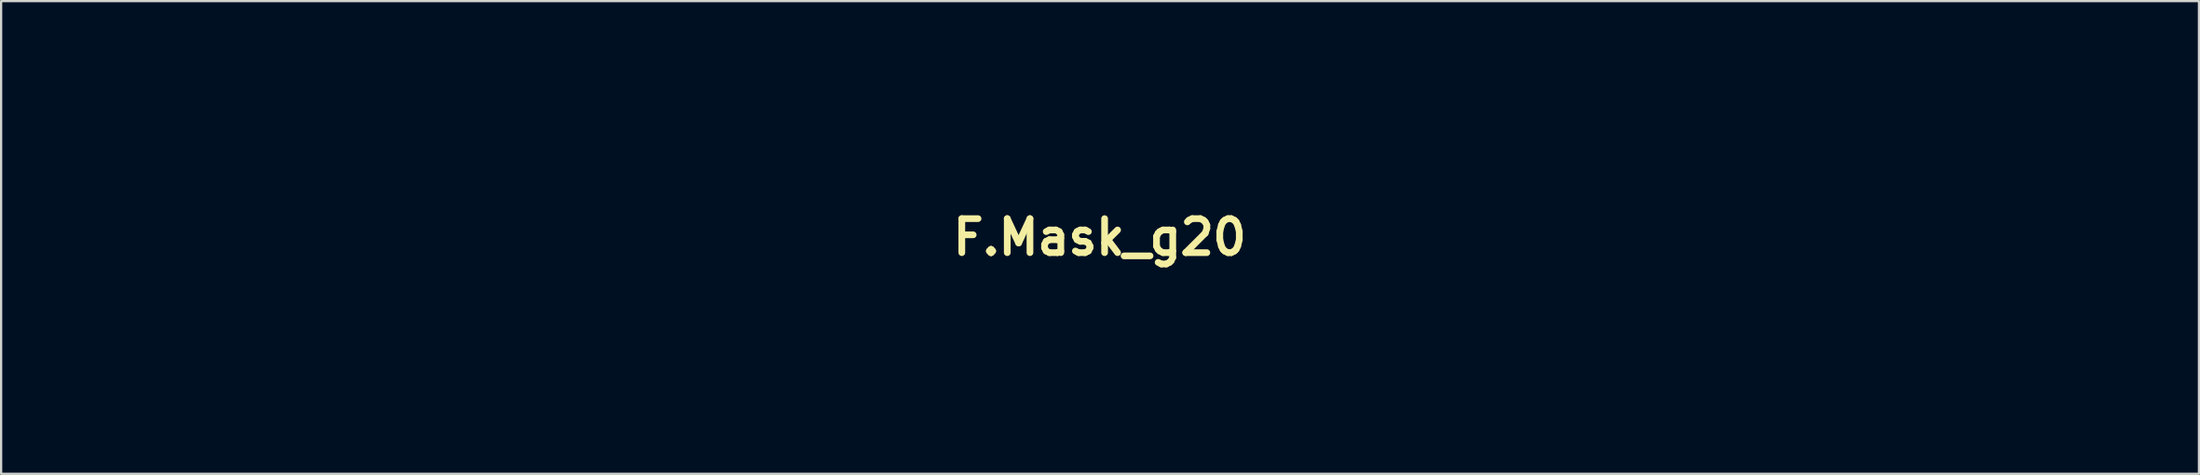
<source format=kicad_pcb>
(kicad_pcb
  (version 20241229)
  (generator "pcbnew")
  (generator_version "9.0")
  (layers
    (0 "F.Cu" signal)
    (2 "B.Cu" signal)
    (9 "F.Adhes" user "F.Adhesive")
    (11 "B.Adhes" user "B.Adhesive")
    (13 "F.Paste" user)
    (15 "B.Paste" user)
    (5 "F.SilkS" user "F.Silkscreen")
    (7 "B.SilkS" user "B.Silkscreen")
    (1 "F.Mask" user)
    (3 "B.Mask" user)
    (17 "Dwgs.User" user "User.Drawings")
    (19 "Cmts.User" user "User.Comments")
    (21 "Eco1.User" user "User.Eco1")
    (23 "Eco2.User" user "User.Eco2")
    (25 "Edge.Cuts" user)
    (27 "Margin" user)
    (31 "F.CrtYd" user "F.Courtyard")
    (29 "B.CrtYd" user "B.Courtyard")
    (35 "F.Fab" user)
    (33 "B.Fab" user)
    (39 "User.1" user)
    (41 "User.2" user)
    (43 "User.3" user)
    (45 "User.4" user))
  (footprint "F.Mask_g20"
    (layer "F.Cu")
    (at 46.138 7.583)
    (property "Reference" "F.Mask_g20" (at 0 0 0) (layer "F.SilkS") (effects (font (size 1.524 1.524) (thickness 0.3))))
    (attr through_hole)
    (fp_poly (pts (xy 33.452 -6.39) (xy 33.602 -6.351) (xy 33.741 -6.282) (xy 33.866 -6.182) (xy 33.968 -6.052) (xy 34.012 -5.972) (xy 34.038 -5.91) (xy 34.055 -5.852) (xy 34.064 -5.786) (xy 34.067 -5.698) (xy 34.068 -5.641) (xy 34.062 -5.499) (xy 34.041 -5.385) (xy 34.001 -5.287) (xy 33.938 -5.194) (xy 33.876 -5.123) (xy 33.758 -5.017) (xy 33.63 -4.946) (xy 33.484 -4.907) (xy 33.36 -4.896) (xy 33.239 -4.897) (xy 33.138 -4.907) (xy 33.09 -4.919) (xy 32.944 -4.987) (xy 32.812 -5.089) (xy 32.701 -5.215) (xy 32.623 -5.357) (xy 32.617 -5.372) (xy 32.585 -5.503) (xy 32.575 -5.651) (xy 32.589 -5.8) (xy 32.624 -5.935) (xy 32.646 -5.986) (xy 32.742 -6.129) (xy 32.86 -6.243) (xy 32.995 -6.325) (xy 33.143 -6.377) (xy 33.297 -6.399) (xy 33.452 -6.39)) (stroke (width 0.01) (type solid)) (fill yes) (layer "F.Mask"))
    (fp_poly (pts (xy 40.941 -3.891) (xy 41.099 -3.85) (xy 41.246 -3.771) (xy 41.373 -3.661) (xy 41.476 -3.522) (xy 41.504 -3.471) (xy 41.531 -3.411) (xy 41.548 -3.357) (xy 41.557 -3.294) (xy 41.56 -3.21) (xy 41.561 -3.143) (xy 41.555 -3.001) (xy 41.534 -2.887) (xy 41.494 -2.79) (xy 41.431 -2.696) (xy 41.369 -2.626) (xy 41.255 -2.522) (xy 41.133 -2.453) (xy 40.994 -2.413) (xy 40.842 -2.398) (xy 40.736 -2.397) (xy 40.657 -2.403) (xy 40.59 -2.418) (xy 40.535 -2.437) (xy 40.419 -2.5) (xy 40.306 -2.593) (xy 40.207 -2.703) (xy 40.132 -2.82) (xy 40.111 -2.868) (xy 40.078 -3.004) (xy 40.068 -3.155) (xy 40.082 -3.306) (xy 40.119 -3.442) (xy 40.139 -3.488) (xy 40.238 -3.636) (xy 40.363 -3.753) (xy 40.511 -3.837) (xy 40.678 -3.886) (xy 40.859 -3.898) (xy 40.941 -3.891)) (stroke (width 0.01) (type solid)) (fill yes) (layer "F.Mask"))
    (fp_poly (pts (xy 43.141 -3.274) (xy 43.278 -3.244) (xy 43.409 -3.185) (xy 43.463 -3.151) (xy 43.587 -3.045) (xy 43.682 -2.914) (xy 43.746 -2.766) (xy 43.779 -2.607) (xy 43.779 -2.443) (xy 43.746 -2.283) (xy 43.678 -2.133) (xy 43.625 -2.057) (xy 43.502 -1.934) (xy 43.356 -1.843) (xy 43.194 -1.787) (xy 43.023 -1.768) (xy 42.902 -1.778) (xy 42.737 -1.827) (xy 42.586 -1.913) (xy 42.456 -2.029) (xy 42.356 -2.171) (xy 42.343 -2.195) (xy 42.313 -2.26) (xy 42.295 -2.316) (xy 42.285 -2.38) (xy 42.282 -2.464) (xy 42.281 -2.519) (xy 42.282 -2.621) (xy 42.289 -2.696) (xy 42.303 -2.756) (xy 42.326 -2.818) (xy 42.336 -2.839) (xy 42.427 -2.99) (xy 42.546 -3.111) (xy 42.677 -3.197) (xy 42.757 -3.236) (xy 42.829 -3.259) (xy 42.911 -3.272) (xy 42.982 -3.277) (xy 43.141 -3.274)) (stroke (width 0.01) (type solid)) (fill yes) (layer "F.Mask"))
    (fp_poly (pts (xy 45.564 -2.425) (xy 45.731 -2.373) (xy 45.79 -2.344) (xy 45.923 -2.251) (xy 46.034 -2.125) (xy 46.102 -2.011) (xy 46.13 -1.944) (xy 46.148 -1.866) (xy 46.158 -1.764) (xy 46.16 -1.725) (xy 46.157 -1.564) (xy 46.129 -1.429) (xy 46.073 -1.308) (xy 45.985 -1.191) (xy 45.971 -1.176) (xy 45.854 -1.067) (xy 45.73 -0.994) (xy 45.59 -0.952) (xy 45.447 -0.938) (xy 45.325 -0.939) (xy 45.224 -0.949) (xy 45.177 -0.961) (xy 45.043 -1.019) (xy 44.924 -1.106) (xy 44.853 -1.176) (xy 44.774 -1.272) (xy 44.72 -1.366) (xy 44.689 -1.468) (xy 44.675 -1.592) (xy 44.672 -1.683) (xy 44.674 -1.787) (xy 44.68 -1.863) (xy 44.692 -1.923) (xy 44.713 -1.98) (xy 44.727 -2.011) (xy 44.818 -2.157) (xy 44.936 -2.275) (xy 45.076 -2.363) (xy 45.23 -2.418) (xy 45.395 -2.44) (xy 45.564 -2.425)) (stroke (width 0.01) (type solid)) (fill yes) (layer "F.Mask"))
    (fp_poly (pts (xy 35.884 -5.575) (xy 35.958 -5.567) (xy 36.021 -5.551) (xy 36.086 -5.523) (xy 36.089 -5.522) (xy 36.24 -5.432) (xy 36.358 -5.319) (xy 36.449 -5.178) (xy 36.453 -5.169) (xy 36.486 -5.1) (xy 36.506 -5.043) (xy 36.517 -4.985) (xy 36.522 -4.911) (xy 36.523 -4.816) (xy 36.522 -4.716) (xy 36.518 -4.646) (xy 36.507 -4.592) (xy 36.487 -4.54) (xy 36.455 -4.478) (xy 36.45 -4.47) (xy 36.347 -4.32) (xy 36.219 -4.204) (xy 36.069 -4.124) (xy 35.898 -4.08) (xy 35.83 -4.073) (xy 35.724 -4.072) (xy 35.626 -4.082) (xy 35.58 -4.092) (xy 35.413 -4.159) (xy 35.272 -4.259) (xy 35.16 -4.385) (xy 35.081 -4.536) (xy 35.036 -4.705) (xy 35.028 -4.826) (xy 35.047 -5.01) (xy 35.103 -5.173) (xy 35.195 -5.314) (xy 35.322 -5.433) (xy 35.474 -5.522) (xy 35.542 -5.55) (xy 35.606 -5.567) (xy 35.681 -5.575) (xy 35.782 -5.577) (xy 35.884 -5.575)) (stroke (width 0.01) (type solid)) (fill yes) (layer "F.Mask"))
    (fp_poly (pts (xy 38.382 -4.751) (xy 38.454 -4.746) (xy 38.511 -4.734) (xy 38.565 -4.714) (xy 38.611 -4.691) (xy 38.76 -4.593) (xy 38.884 -4.462) (xy 38.961 -4.339) (xy 38.989 -4.28) (xy 39.007 -4.227) (xy 39.016 -4.168) (xy 39.02 -4.089) (xy 39.021 -4.011) (xy 39.019 -3.908) (xy 39.014 -3.834) (xy 39.002 -3.776) (xy 38.981 -3.72) (xy 38.964 -3.683) (xy 38.866 -3.53) (xy 38.74 -3.408) (xy 38.588 -3.318) (xy 38.416 -3.263) (xy 38.407 -3.262) (xy 38.337 -3.249) (xy 38.288 -3.243) (xy 38.245 -3.244) (xy 38.19 -3.252) (xy 38.138 -3.26) (xy 38.039 -3.288) (xy 37.929 -3.337) (xy 37.824 -3.398) (xy 37.74 -3.463) (xy 37.718 -3.486) (xy 37.618 -3.63) (xy 37.553 -3.788) (xy 37.524 -3.952) (xy 37.53 -4.118) (xy 37.572 -4.279) (xy 37.648 -4.427) (xy 37.753 -4.551) (xy 37.854 -4.638) (xy 37.948 -4.696) (xy 38.048 -4.732) (xy 38.166 -4.749) (xy 38.28 -4.752) (xy 38.382 -4.751)) (stroke (width 0.01) (type solid)) (fill yes) (layer "F.Mask"))
    (fp_poly (pts (xy 10.107 -5.831) (xy 10.14 -3.545) (xy 10.144 -3.238) (xy 10.149 -2.943) (xy 10.153 -2.663) (xy 10.156 -2.4) (xy 10.16 -2.157) (xy 10.163 -1.938) (xy 10.165 -1.744) (xy 10.168 -1.579) (xy 10.17 -1.445) (xy 10.171 -1.345) (xy 10.172 -1.281) (xy 10.172 -1.257) (xy 10.172 -1.257) (xy 10.152 -1.254) (xy 10.1 -1.249) (xy 10.028 -1.243) (xy 10.017 -1.242) (xy 9.864 -1.23) (xy 9.863 -1.393) (xy 9.863 -1.438) (xy 9.862 -1.522) (xy 9.86 -1.641) (xy 9.858 -1.793) (xy 9.855 -1.975) (xy 9.852 -2.182) (xy 9.849 -2.412) (xy 9.845 -2.662) (xy 9.841 -2.928) (xy 9.837 -3.206) (xy 9.832 -3.494) (xy 9.832 -3.524) (xy 9.827 -3.814) (xy 9.823 -4.094) (xy 9.819 -4.362) (xy 9.815 -4.614) (xy 9.812 -4.848) (xy 9.809 -5.059) (xy 9.806 -5.244) (xy 9.804 -5.401) (xy 9.802 -5.526) (xy 9.801 -5.615) (xy 9.801 -5.666) (xy 9.801 -5.668) (xy 9.8 -5.844) (xy 10.107 -5.831)) (stroke (width 0.01) (type solid)) (fill yes) (layer "F.Mask"))
    (fp_poly (pts (xy -1.926 -5.699) (xy -1.926 -5.619) (xy -1.925 -5.501) (xy -1.923 -5.349) (xy -1.921 -5.167) (xy -1.919 -4.959) (xy -1.916 -4.729) (xy -1.913 -4.482) (xy -1.91 -4.22) (xy -1.906 -3.949) (xy -1.902 -3.673) (xy -1.898 -3.395) (xy -1.894 -3.12) (xy -1.89 -2.852) (xy -1.886 -2.595) (xy -1.883 -2.352) (xy -1.879 -2.129) (xy -1.876 -1.929) (xy -1.873 -1.773) (xy -1.86 -1.079) (xy -2.02 -1.079) (xy -2.11 -1.082) (xy -2.162 -1.09) (xy -2.18 -1.104) (xy -2.181 -1.106) (xy -2.183 -1.274) (xy -2.186 -1.469) (xy -2.19 -1.688) (xy -2.193 -1.927) (xy -2.197 -2.182) (xy -2.201 -2.451) (xy -2.205 -2.73) (xy -2.209 -3.014) (xy -2.213 -3.302) (xy -2.217 -3.588) (xy -2.22 -3.87) (xy -2.224 -4.145) (xy -2.228 -4.408) (xy -2.231 -4.656) (xy -2.234 -4.886) (xy -2.237 -5.094) (xy -2.239 -5.276) (xy -2.241 -5.43) (xy -2.242 -5.551) (xy -2.243 -5.637) (xy -2.243 -5.678) (xy -2.244 -5.99) (xy -1.926 -5.99) (xy -1.926 -5.699)) (stroke (width 0.01) (type solid)) (fill yes) (layer "F.Mask"))
    (fp_poly (pts (xy 2.413 -5.837) (xy 2.414 -5.8) (xy 2.415 -5.724) (xy 2.416 -5.612) (xy 2.418 -5.466) (xy 2.421 -5.291) (xy 2.424 -5.089) (xy 2.427 -4.864) (xy 2.431 -4.617) (xy 2.435 -4.353) (xy 2.439 -4.075) (xy 2.443 -3.785) (xy 2.445 -3.683) (xy 2.449 -3.387) (xy 2.453 -3.1) (xy 2.457 -2.824) (xy 2.461 -2.563) (xy 2.465 -2.321) (xy 2.468 -2.1) (xy 2.47 -1.904) (xy 2.473 -1.736) (xy 2.474 -1.599) (xy 2.475 -1.498) (xy 2.476 -1.434) (xy 2.476 -1.423) (xy 2.477 -1.206) (xy 2.159 -1.206) (xy 2.159 -1.582) (xy 2.159 -1.677) (xy 2.158 -1.81) (xy 2.156 -1.976) (xy 2.154 -2.171) (xy 2.152 -2.39) (xy 2.149 -2.63) (xy 2.146 -2.886) (xy 2.142 -3.153) (xy 2.138 -3.427) (xy 2.135 -3.703) (xy 2.131 -3.977) (xy 2.127 -4.245) (xy 2.123 -4.502) (xy 2.119 -4.744) (xy 2.115 -4.966) (xy 2.112 -5.164) (xy 2.109 -5.333) (xy 2.107 -5.413) (xy 2.096 -5.948) (xy 2.413 -5.948) (xy 2.413 -5.837)) (stroke (width 0.01) (type solid)) (fill yes) (layer "F.Mask"))
    (fp_poly (pts (xy 13.039 -5.604) (xy 13.04 -5.548) (xy 13.041 -5.453) (xy 13.042 -5.323) (xy 13.044 -5.16) (xy 13.047 -4.969) (xy 13.05 -4.753) (xy 13.053 -4.514) (xy 13.057 -4.257) (xy 13.061 -3.985) (xy 13.065 -3.702) (xy 13.07 -3.41) (xy 13.07 -3.376) (xy 13.075 -3.088) (xy 13.079 -2.81) (xy 13.083 -2.547) (xy 13.087 -2.3) (xy 13.09 -2.074) (xy 13.093 -1.871) (xy 13.096 -1.694) (xy 13.098 -1.546) (xy 13.1 -1.431) (xy 13.101 -1.352) (xy 13.102 -1.311) (xy 13.102 -1.307) (xy 13.102 -1.228) (xy 12.785 -1.228) (xy 12.785 -1.58) (xy 12.784 -1.673) (xy 12.783 -1.803) (xy 12.782 -1.967) (xy 12.78 -2.16) (xy 12.777 -2.377) (xy 12.774 -2.614) (xy 12.771 -2.867) (xy 12.767 -3.13) (xy 12.763 -3.4) (xy 12.76 -3.672) (xy 12.756 -3.942) (xy 12.752 -4.204) (xy 12.748 -4.455) (xy 12.744 -4.691) (xy 12.74 -4.905) (xy 12.736 -5.095) (xy 12.733 -5.256) (xy 12.732 -5.308) (xy 12.721 -5.842) (xy 13.039 -5.842) (xy 13.039 -5.604)) (stroke (width 0.01) (type solid)) (fill yes) (layer "F.Mask"))
    (fp_poly (pts (xy 7.451 -5.487) (xy 7.452 -5.413) (xy 7.453 -5.3) (xy 7.454 -5.153) (xy 7.456 -4.974) (xy 7.459 -4.767) (xy 7.462 -4.537) (xy 7.466 -4.287) (xy 7.469 -4.021) (xy 7.473 -3.743) (xy 7.478 -3.455) (xy 7.481 -3.196) (xy 7.486 -2.914) (xy 7.49 -2.644) (xy 7.493 -2.389) (xy 7.497 -2.153) (xy 7.5 -1.937) (xy 7.502 -1.746) (xy 7.504 -1.582) (xy 7.506 -1.449) (xy 7.507 -1.348) (xy 7.508 -1.283) (xy 7.507 -1.258) (xy 7.507 -1.257) (xy 7.486 -1.254) (xy 7.433 -1.249) (xy 7.36 -1.243) (xy 7.35 -1.242) (xy 7.197 -1.23) (xy 7.197 -1.52) (xy 7.196 -1.601) (xy 7.195 -1.72) (xy 7.194 -1.873) (xy 7.191 -2.056) (xy 7.189 -2.264) (xy 7.186 -2.493) (xy 7.182 -2.738) (xy 7.179 -2.996) (xy 7.175 -3.263) (xy 7.171 -3.533) (xy 7.167 -3.803) (xy 7.163 -4.068) (xy 7.159 -4.325) (xy 7.154 -4.568) (xy 7.151 -4.794) (xy 7.147 -4.998) (xy 7.143 -5.177) (xy 7.143 -5.191) (xy 7.13 -5.842) (xy 7.451 -5.842) (xy 7.451 -5.487)) (stroke (width 0.01) (type solid)) (fill yes) (layer "F.Mask"))
    (fp_poly (pts (xy -18.669 -5.772) (xy -18.669 -5.687) (xy -18.668 -5.563) (xy -18.666 -5.405) (xy -18.664 -5.218) (xy -18.662 -5.004) (xy -18.659 -4.768) (xy -18.656 -4.514) (xy -18.653 -4.247) (xy -18.65 -3.97) (xy -18.646 -3.688) (xy -18.642 -3.404) (xy -18.638 -3.123) (xy -18.634 -2.848) (xy -18.631 -2.584) (xy -18.627 -2.336) (xy -18.623 -2.106) (xy -18.62 -1.899) (xy -18.617 -1.719) (xy -18.616 -1.656) (xy -18.603 -0.974) (xy -18.92 -0.974) (xy -18.931 -1.064) (xy -18.933 -1.096) (xy -18.935 -1.169) (xy -18.937 -1.278) (xy -18.94 -1.421) (xy -18.942 -1.595) (xy -18.945 -1.797) (xy -18.948 -2.024) (xy -18.952 -2.275) (xy -18.955 -2.545) (xy -18.958 -2.831) (xy -18.961 -3.132) (xy -18.964 -3.445) (xy -18.965 -3.514) (xy -18.968 -3.829) (xy -18.971 -4.133) (xy -18.974 -4.424) (xy -18.977 -4.7) (xy -18.981 -4.956) (xy -18.984 -5.19) (xy -18.986 -5.4) (xy -18.989 -5.583) (xy -18.992 -5.735) (xy -18.994 -5.854) (xy -18.996 -5.937) (xy -18.997 -5.981) (xy -18.998 -5.985) (xy -19.008 -6.096) (xy -18.669 -6.096) (xy -18.669 -5.772)) (stroke (width 0.01) (type solid)) (fill yes) (layer "F.Mask"))
    (fp_poly (pts (xy -4.022 -5.572) (xy -4.021 -5.475) (xy -4.021 -5.34) (xy -4.019 -5.171) (xy -4.017 -4.973) (xy -4.015 -4.75) (xy -4.012 -4.507) (xy -4.009 -4.247) (xy -4.006 -3.976) (xy -4.002 -3.697) (xy -3.998 -3.416) (xy -3.995 -3.135) (xy -3.991 -2.86) (xy -3.987 -2.596) (xy -3.983 -2.345) (xy -3.98 -2.114) (xy -3.976 -1.905) (xy -3.973 -1.725) (xy -3.97 -1.582) (xy -3.96 -1.079) (xy -4.118 -1.079) (xy -4.194 -1.08) (xy -4.25 -1.082) (xy -4.276 -1.084) (xy -4.277 -1.085) (xy -4.278 -1.108) (xy -4.279 -1.17) (xy -4.281 -1.267) (xy -4.284 -1.396) (xy -4.286 -1.555) (xy -4.289 -1.738) (xy -4.292 -1.944) (xy -4.295 -2.168) (xy -4.299 -2.407) (xy -4.303 -2.658) (xy -4.306 -2.917) (xy -4.31 -3.181) (xy -4.314 -3.447) (xy -4.317 -3.711) (xy -4.321 -3.97) (xy -4.324 -4.22) (xy -4.327 -4.458) (xy -4.33 -4.681) (xy -4.332 -4.885) (xy -4.334 -5.066) (xy -4.336 -5.222) (xy -4.337 -5.349) (xy -4.338 -5.443) (xy -4.338 -5.487) (xy -4.339 -5.99) (xy -4.022 -5.99) (xy -4.022 -5.572)) (stroke (width 0.01) (type solid)) (fill yes) (layer "F.Mask"))
    (fp_poly (pts (xy 19.312 -5.159) (xy 19.316 -4.972) (xy 19.321 -4.763) (xy 19.325 -4.538) (xy 19.329 -4.298) (xy 19.334 -4.048) (xy 19.338 -3.792) (xy 19.342 -3.532) (xy 19.346 -3.272) (xy 19.349 -3.016) (xy 19.352 -2.767) (xy 19.355 -2.529) (xy 19.358 -2.305) (xy 19.36 -2.098) (xy 19.361 -1.913) (xy 19.362 -1.753) (xy 19.363 -1.621) (xy 19.362 -1.521) (xy 19.362 -1.456) (xy 19.36 -1.429) (xy 19.36 -1.429) (xy 19.341 -1.411) (xy 19.297 -1.4) (xy 19.22 -1.397) (xy 19.209 -1.397) (xy 19.071 -1.397) (xy 19.071 -1.55) (xy 19.07 -1.595) (xy 19.069 -1.678) (xy 19.068 -1.796) (xy 19.065 -1.947) (xy 19.063 -2.127) (xy 19.059 -2.332) (xy 19.056 -2.559) (xy 19.052 -2.806) (xy 19.048 -3.067) (xy 19.043 -3.341) (xy 19.039 -3.567) (xy 19.035 -3.847) (xy 19.03 -4.118) (xy 19.026 -4.377) (xy 19.022 -4.618) (xy 19.019 -4.841) (xy 19.016 -5.04) (xy 19.013 -5.213) (xy 19.011 -5.356) (xy 19.009 -5.467) (xy 19.008 -5.541) (xy 19.008 -5.572) (xy 19.008 -5.715) (xy 19.299 -5.715) (xy 19.312 -5.159)) (stroke (width 0.01) (type solid)) (fill yes) (layer "F.Mask"))
    (fp_poly (pts (xy -12.592 -5.99) (xy -12.536 -5.988) (xy -12.509 -5.985) (xy -12.509 -5.985) (xy -12.508 -5.961) (xy -12.507 -5.899) (xy -12.505 -5.801) (xy -12.503 -5.67) (xy -12.5 -5.511) (xy -12.497 -5.326) (xy -12.494 -5.12) (xy -12.491 -4.894) (xy -12.488 -4.654) (xy -12.484 -4.401) (xy -12.48 -4.14) (xy -12.477 -3.874) (xy -12.473 -3.606) (xy -12.469 -3.339) (xy -12.466 -3.077) (xy -12.462 -2.824) (xy -12.459 -2.583) (xy -12.456 -2.356) (xy -12.454 -2.148) (xy -12.451 -1.962) (xy -12.45 -1.802) (xy -12.448 -1.669) (xy -12.447 -1.569) (xy -12.447 -1.504) (xy -12.447 -1.498) (xy -12.446 -1.079) (xy -12.764 -1.079) (xy -12.763 -1.445) (xy -12.764 -1.537) (xy -12.765 -1.667) (xy -12.766 -1.832) (xy -12.768 -2.025) (xy -12.771 -2.244) (xy -12.773 -2.484) (xy -12.777 -2.74) (xy -12.78 -3.008) (xy -12.784 -3.285) (xy -12.787 -3.565) (xy -12.791 -3.844) (xy -12.795 -4.119) (xy -12.799 -4.384) (xy -12.803 -4.635) (xy -12.807 -4.869) (xy -12.81 -5.081) (xy -12.813 -5.267) (xy -12.816 -5.403) (xy -12.828 -5.99) (xy -12.669 -5.99) (xy -12.592 -5.99)) (stroke (width 0.01) (type solid)) (fill yes) (layer "F.Mask"))
    (fp_poly (pts (xy -6.008 -5.99) (xy -5.952 -5.988) (xy -5.926 -5.985) (xy -5.925 -5.985) (xy -5.924 -5.962) (xy -5.923 -5.901) (xy -5.921 -5.803) (xy -5.918 -5.674) (xy -5.916 -5.516) (xy -5.913 -5.333) (xy -5.91 -5.128) (xy -5.906 -4.904) (xy -5.903 -4.666) (xy -5.899 -4.415) (xy -5.896 -4.156) (xy -5.892 -3.893) (xy -5.888 -3.628) (xy -5.885 -3.365) (xy -5.881 -3.107) (xy -5.878 -2.858) (xy -5.875 -2.621) (xy -5.873 -2.4) (xy -5.87 -2.198) (xy -5.868 -2.018) (xy -5.866 -1.863) (xy -5.865 -1.738) (xy -5.865 -1.646) (xy -5.864 -1.614) (xy -5.863 -1.079) (xy -6.181 -1.079) (xy -6.181 -1.508) (xy -6.181 -1.609) (xy -6.182 -1.747) (xy -6.183 -1.919) (xy -6.185 -2.121) (xy -6.188 -2.346) (xy -6.19 -2.592) (xy -6.193 -2.854) (xy -6.197 -3.126) (xy -6.2 -3.406) (xy -6.204 -3.688) (xy -6.208 -3.968) (xy -6.211 -4.242) (xy -6.215 -4.505) (xy -6.219 -4.752) (xy -6.222 -4.98) (xy -6.226 -5.184) (xy -6.229 -5.359) (xy -6.232 -5.501) (xy -6.232 -5.519) (xy -6.242 -5.99) (xy -6.084 -5.99) (xy -6.008 -5.99)) (stroke (width 0.01) (type solid)) (fill yes) (layer "F.Mask"))
    (fp_poly (pts (xy 26.331 -5.403) (xy 26.332 -5.308) (xy 26.333 -5.176) (xy 26.334 -5.011) (xy 26.336 -4.818) (xy 26.339 -4.601) (xy 26.342 -4.366) (xy 26.345 -4.116) (xy 26.349 -3.857) (xy 26.353 -3.594) (xy 26.357 -3.33) (xy 26.361 -3.071) (xy 26.365 -2.821) (xy 26.369 -2.586) (xy 26.372 -2.369) (xy 26.376 -2.176) (xy 26.379 -2.012) (xy 26.382 -1.88) (xy 26.382 -1.868) (xy 26.392 -1.46) (xy 26.246 -1.46) (xy 26.168 -1.462) (xy 26.123 -1.467) (xy 26.101 -1.48) (xy 26.091 -1.503) (xy 26.09 -1.508) (xy 26.088 -1.536) (xy 26.086 -1.603) (xy 26.084 -1.706) (xy 26.081 -1.843) (xy 26.078 -2.009) (xy 26.075 -2.203) (xy 26.071 -2.42) (xy 26.068 -2.659) (xy 26.065 -2.915) (xy 26.061 -3.187) (xy 26.058 -3.47) (xy 26.057 -3.503) (xy 26.054 -3.791) (xy 26.05 -4.069) (xy 26.047 -4.335) (xy 26.043 -4.584) (xy 26.039 -4.815) (xy 26.036 -5.024) (xy 26.033 -5.206) (xy 26.03 -5.36) (xy 26.027 -5.481) (xy 26.025 -5.567) (xy 26.023 -5.613) (xy 26.023 -5.614) (xy 26.011 -5.779) (xy 26.331 -5.779) (xy 26.331 -5.403)) (stroke (width 0.01) (type solid)) (fill yes) (layer "F.Mask"))
    (fp_poly (pts (xy -13.878 -5.858) (xy -13.876 -5.805) (xy -13.874 -5.714) (xy -13.871 -5.588) (xy -13.868 -5.43) (xy -13.865 -5.244) (xy -13.862 -5.034) (xy -13.859 -4.804) (xy -13.855 -4.556) (xy -13.852 -4.295) (xy -13.848 -4.023) (xy -13.845 -3.746) (xy -13.841 -3.466) (xy -13.838 -3.187) (xy -13.835 -2.912) (xy -13.832 -2.646) (xy -13.83 -2.391) (xy -13.827 -2.152) (xy -13.825 -1.931) (xy -13.824 -1.734) (xy -13.822 -1.562) (xy -13.822 -1.42) (xy -13.821 -1.312) (xy -13.821 -1.307) (xy -13.822 -0.974) (xy -14.139 -0.974) (xy -14.14 -1.254) (xy -14.14 -1.314) (xy -14.141 -1.413) (xy -14.143 -1.548) (xy -14.144 -1.716) (xy -14.147 -1.913) (xy -14.15 -2.136) (xy -14.153 -2.381) (xy -14.156 -2.647) (xy -14.16 -2.928) (xy -14.164 -3.222) (xy -14.168 -3.527) (xy -14.171 -3.747) (xy -14.175 -4.05) (xy -14.179 -4.343) (xy -14.183 -4.622) (xy -14.187 -4.884) (xy -14.19 -5.126) (xy -14.193 -5.346) (xy -14.196 -5.54) (xy -14.198 -5.706) (xy -14.2 -5.841) (xy -14.201 -5.941) (xy -14.202 -6.005) (xy -14.202 -6.027) (xy -14.203 -6.096) (xy -13.89 -6.096) (xy -13.878 -5.858)) (stroke (width 0.01) (type solid)) (fill yes) (layer "F.Mask"))
    (fp_poly (pts (xy -9.565 -5.99) (xy -9.509 -5.988) (xy -9.482 -5.985) (xy -9.482 -5.985) (xy -9.481 -5.962) (xy -9.479 -5.899) (xy -9.478 -5.801) (xy -9.476 -5.671) (xy -9.473 -5.513) (xy -9.47 -5.328) (xy -9.467 -5.122) (xy -9.464 -4.897) (xy -9.46 -4.657) (xy -9.457 -4.405) (xy -9.453 -4.144) (xy -9.449 -3.878) (xy -9.446 -3.611) (xy -9.442 -3.345) (xy -9.439 -3.084) (xy -9.435 -2.832) (xy -9.432 -2.591) (xy -9.429 -2.366) (xy -9.427 -2.159) (xy -9.424 -1.974) (xy -9.423 -1.814) (xy -9.421 -1.683) (xy -9.42 -1.584) (xy -9.42 -1.521) (xy -9.42 -1.519) (xy -9.419 -1.079) (xy -9.737 -1.079) (xy -9.737 -1.454) (xy -9.737 -1.548) (xy -9.738 -1.68) (xy -9.739 -1.846) (xy -9.741 -2.042) (xy -9.744 -2.262) (xy -9.747 -2.503) (xy -9.75 -2.76) (xy -9.753 -3.029) (xy -9.757 -3.306) (xy -9.76 -3.586) (xy -9.764 -3.866) (xy -9.768 -4.139) (xy -9.772 -4.404) (xy -9.776 -4.654) (xy -9.779 -4.885) (xy -9.783 -5.094) (xy -9.786 -5.276) (xy -9.789 -5.427) (xy -9.789 -5.435) (xy -9.8 -5.99) (xy -9.641 -5.99) (xy -9.565 -5.99)) (stroke (width 0.01) (type solid)) (fill yes) (layer "F.Mask"))
    (fp_poly (pts (xy -7.683 -5.71) (xy -7.683 -5.649) (xy -7.682 -5.549) (xy -7.68 -5.413) (xy -7.678 -5.245) (xy -7.676 -5.048) (xy -7.673 -4.826) (xy -7.67 -4.582) (xy -7.666 -4.318) (xy -7.662 -4.039) (xy -7.658 -3.748) (xy -7.654 -3.449) (xy -7.652 -3.313) (xy -7.647 -3.016) (xy -7.643 -2.73) (xy -7.639 -2.459) (xy -7.636 -2.204) (xy -7.632 -1.97) (xy -7.629 -1.759) (xy -7.627 -1.573) (xy -7.624 -1.417) (xy -7.623 -1.292) (xy -7.621 -1.202) (xy -7.621 -1.15) (xy -7.62 -1.138) (xy -7.62 -1.079) (xy -7.938 -1.079) (xy -7.938 -1.148) (xy -7.938 -1.179) (xy -7.939 -1.249) (xy -7.941 -1.355) (xy -7.943 -1.495) (xy -7.945 -1.665) (xy -7.948 -1.863) (xy -7.951 -2.085) (xy -7.955 -2.329) (xy -7.958 -2.592) (xy -7.963 -2.87) (xy -7.967 -3.161) (xy -7.969 -3.334) (xy -7.974 -3.636) (xy -7.978 -3.931) (xy -7.982 -4.215) (xy -7.986 -4.485) (xy -7.989 -4.737) (xy -7.992 -4.969) (xy -7.995 -5.176) (xy -7.997 -5.356) (xy -7.999 -5.506) (xy -8 -5.621) (xy -8 -5.698) (xy -8.001 -5.72) (xy -8.001 -5.99) (xy -7.684 -5.99) (xy -7.683 -5.71)) (stroke (width 0.01) (type solid)) (fill yes) (layer "F.Mask"))
    (fp_poly (pts (xy 0.212 -5.879) (xy 0.212 -5.843) (xy 0.213 -5.767) (xy 0.215 -5.655) (xy 0.217 -5.509) (xy 0.219 -5.334) (xy 0.222 -5.131) (xy 0.225 -4.904) (xy 0.229 -4.657) (xy 0.233 -4.391) (xy 0.237 -4.11) (xy 0.241 -3.817) (xy 0.243 -3.651) (xy 0.248 -3.35) (xy 0.252 -3.057) (xy 0.256 -2.776) (xy 0.26 -2.509) (xy 0.263 -2.26) (xy 0.266 -2.033) (xy 0.269 -1.83) (xy 0.271 -1.654) (xy 0.273 -1.51) (xy 0.274 -1.4) (xy 0.275 -1.328) (xy 0.275 -1.307) (xy 0.275 -1.079) (xy -0.042 -1.079) (xy -0.043 -1.318) (xy -0.043 -1.372) (xy -0.044 -1.466) (xy -0.046 -1.596) (xy -0.048 -1.758) (xy -0.05 -1.95) (xy -0.053 -2.167) (xy -0.056 -2.407) (xy -0.06 -2.667) (xy -0.064 -2.942) (xy -0.068 -3.231) (xy -0.072 -3.529) (xy -0.074 -3.672) (xy -0.078 -3.97) (xy -0.083 -4.258) (xy -0.087 -4.532) (xy -0.09 -4.789) (xy -0.094 -5.027) (xy -0.097 -5.242) (xy -0.099 -5.432) (xy -0.102 -5.593) (xy -0.103 -5.723) (xy -0.105 -5.818) (xy -0.105 -5.875) (xy -0.105 -5.89) (xy -0.106 -5.99) (xy 0.212 -5.99) (xy 0.212 -5.879)) (stroke (width 0.01) (type solid)) (fill yes) (layer "F.Mask"))
    (fp_poly (pts (xy 16.066 -5.678) (xy 16.066 -5.642) (xy 16.067 -5.567) (xy 16.069 -5.457) (xy 16.071 -5.313) (xy 16.074 -5.14) (xy 16.077 -4.94) (xy 16.08 -4.718) (xy 16.084 -4.475) (xy 16.088 -4.215) (xy 16.093 -3.942) (xy 16.097 -3.662) (xy 16.102 -3.375) (xy 16.106 -3.096) (xy 16.11 -2.828) (xy 16.114 -2.576) (xy 16.118 -2.341) (xy 16.121 -2.129) (xy 16.123 -1.942) (xy 16.126 -1.783) (xy 16.127 -1.657) (xy 16.128 -1.567) (xy 16.128 -1.519) (xy 16.129 -1.291) (xy 15.981 -1.291) (xy 15.908 -1.292) (xy 15.854 -1.294) (xy 15.832 -1.296) (xy 15.831 -1.296) (xy 15.831 -1.32) (xy 15.829 -1.382) (xy 15.827 -1.479) (xy 15.825 -1.608) (xy 15.822 -1.765) (xy 15.819 -1.947) (xy 15.816 -2.149) (xy 15.812 -2.369) (xy 15.808 -2.604) (xy 15.805 -2.848) (xy 15.801 -3.099) (xy 15.797 -3.354) (xy 15.793 -3.608) (xy 15.789 -3.859) (xy 15.786 -4.102) (xy 15.783 -4.335) (xy 15.78 -4.553) (xy 15.777 -4.752) (xy 15.775 -4.931) (xy 15.773 -5.084) (xy 15.771 -5.209) (xy 15.77 -5.301) (xy 15.77 -5.35) (xy 15.769 -5.779) (xy 16.066 -5.779) (xy 16.066 -5.678)) (stroke (width 0.01) (type solid)) (fill yes) (layer "F.Mask"))
    (fp_poly (pts (xy -15.091 -5.773) (xy -15.091 -5.723) (xy -15.09 -5.634) (xy -15.089 -5.51) (xy -15.087 -5.353) (xy -15.085 -5.169) (xy -15.082 -4.959) (xy -15.079 -4.729) (xy -15.076 -4.48) (xy -15.073 -4.217) (xy -15.069 -3.944) (xy -15.066 -3.663) (xy -15.062 -3.378) (xy -15.058 -3.093) (xy -15.054 -2.811) (xy -15.051 -2.535) (xy -15.047 -2.27) (xy -15.044 -2.018) (xy -15.04 -1.784) (xy -15.037 -1.57) (xy -15.035 -1.381) (xy -15.032 -1.219) (xy -15.03 -1.088) (xy -15.029 -1) (xy -15.044 -0.985) (xy -15.091 -0.977) (xy -15.177 -0.974) (xy -15.185 -0.974) (xy -15.342 -0.974) (xy -15.354 -1.127) (xy -15.355 -1.168) (xy -15.357 -1.247) (xy -15.36 -1.362) (xy -15.362 -1.509) (xy -15.365 -1.684) (xy -15.368 -1.884) (xy -15.372 -2.106) (xy -15.375 -2.346) (xy -15.378 -2.601) (xy -15.382 -2.867) (xy -15.385 -3.141) (xy -15.389 -3.419) (xy -15.392 -3.697) (xy -15.395 -3.974) (xy -15.398 -4.244) (xy -15.401 -4.505) (xy -15.403 -4.752) (xy -15.405 -4.984) (xy -15.407 -5.195) (xy -15.408 -5.383) (xy -15.409 -5.545) (xy -15.41 -5.676) (xy -15.41 -5.741) (xy -15.409 -6.096) (xy -15.092 -6.096) (xy -15.091 -5.773)) (stroke (width 0.01) (type solid)) (fill yes) (layer "F.Mask"))
    (fp_poly (pts (xy 4.777 -5.903) (xy 4.829 -5.895) (xy 4.847 -5.881) (xy 4.848 -5.879) (xy 4.85 -5.737) (xy 4.853 -5.566) (xy 4.856 -5.368) (xy 4.859 -5.148) (xy 4.863 -4.909) (xy 4.867 -4.655) (xy 4.871 -4.389) (xy 4.875 -4.115) (xy 4.879 -3.837) (xy 4.883 -3.558) (xy 4.886 -3.282) (xy 4.89 -3.012) (xy 4.894 -2.752) (xy 4.897 -2.506) (xy 4.9 -2.277) (xy 4.903 -2.069) (xy 4.906 -1.885) (xy 4.907 -1.729) (xy 4.909 -1.605) (xy 4.91 -1.516) (xy 4.91 -1.466) (xy 4.911 -1.164) (xy 4.762 -1.164) (xy 4.67 -1.168) (xy 4.618 -1.179) (xy 4.605 -1.191) (xy 4.604 -1.215) (xy 4.602 -1.279) (xy 4.6 -1.379) (xy 4.597 -1.514) (xy 4.595 -1.679) (xy 4.592 -1.872) (xy 4.589 -2.09) (xy 4.586 -2.331) (xy 4.582 -2.59) (xy 4.579 -2.867) (xy 4.576 -3.157) (xy 4.574 -3.355) (xy 4.57 -3.657) (xy 4.567 -3.951) (xy 4.563 -4.232) (xy 4.56 -4.499) (xy 4.556 -4.747) (xy 4.553 -4.974) (xy 4.55 -5.177) (xy 4.547 -5.351) (xy 4.544 -5.495) (xy 4.541 -5.604) (xy 4.539 -5.677) (xy 4.538 -5.699) (xy 4.526 -5.905) (xy 4.687 -5.905) (xy 4.777 -5.903)) (stroke (width 0.01) (type solid)) (fill yes) (layer "F.Mask"))
    (fp_poly (pts (xy 22.691 -5.551) (xy 22.691 -5.499) (xy 22.692 -5.409) (xy 22.694 -5.283) (xy 22.696 -5.125) (xy 22.699 -4.938) (xy 22.702 -4.725) (xy 22.706 -4.491) (xy 22.709 -4.238) (xy 22.714 -3.971) (xy 22.718 -3.691) (xy 22.723 -3.41) (xy 22.727 -3.127) (xy 22.731 -2.857) (xy 22.735 -2.603) (xy 22.739 -2.366) (xy 22.742 -2.151) (xy 22.744 -1.96) (xy 22.747 -1.796) (xy 22.748 -1.662) (xy 22.749 -1.561) (xy 22.749 -1.496) (xy 22.749 -1.471) (xy 22.749 -1.47) (xy 22.727 -1.466) (xy 22.677 -1.461) (xy 22.612 -1.455) (xy 22.545 -1.449) (xy 22.49 -1.446) (xy 22.46 -1.445) (xy 22.457 -1.445) (xy 22.456 -1.469) (xy 22.455 -1.532) (xy 22.453 -1.63) (xy 22.451 -1.759) (xy 22.448 -1.916) (xy 22.445 -2.098) (xy 22.441 -2.3) (xy 22.438 -2.519) (xy 22.434 -2.752) (xy 22.43 -2.995) (xy 22.426 -3.244) (xy 22.422 -3.495) (xy 22.418 -3.746) (xy 22.414 -3.992) (xy 22.411 -4.231) (xy 22.408 -4.457) (xy 22.404 -4.668) (xy 22.402 -4.86) (xy 22.399 -5.03) (xy 22.397 -5.173) (xy 22.396 -5.287) (xy 22.395 -5.368) (xy 22.395 -5.403) (xy 22.394 -5.757) (xy 22.691 -5.757) (xy 22.691 -5.551)) (stroke (width 0.01) (type solid)) (fill yes) (layer "F.Mask"))
    (fp_poly (pts (xy -17.547 -5.868) (xy -17.546 -5.816) (xy -17.545 -5.724) (xy -17.544 -5.596) (xy -17.542 -5.436) (xy -17.54 -5.246) (xy -17.537 -5.029) (xy -17.534 -4.788) (xy -17.53 -4.528) (xy -17.527 -4.25) (xy -17.523 -3.959) (xy -17.519 -3.657) (xy -17.515 -3.418) (xy -17.511 -3.113) (xy -17.507 -2.818) (xy -17.503 -2.536) (xy -17.5 -2.27) (xy -17.496 -2.023) (xy -17.493 -1.799) (xy -17.491 -1.6) (xy -17.488 -1.429) (xy -17.487 -1.288) (xy -17.485 -1.182) (xy -17.484 -1.112) (xy -17.484 -1.085) (xy -17.484 -0.974) (xy -17.642 -0.974) (xy -17.719 -0.974) (xy -17.775 -0.976) (xy -17.802 -0.978) (xy -17.803 -0.979) (xy -17.804 -1.002) (xy -17.805 -1.063) (xy -17.807 -1.161) (xy -17.809 -1.291) (xy -17.811 -1.449) (xy -17.814 -1.634) (xy -17.817 -1.841) (xy -17.82 -2.067) (xy -17.824 -2.308) (xy -17.827 -2.562) (xy -17.831 -2.826) (xy -17.834 -3.095) (xy -17.838 -3.366) (xy -17.841 -3.636) (xy -17.845 -3.903) (xy -17.848 -4.162) (xy -17.851 -4.409) (xy -17.854 -4.643) (xy -17.857 -4.859) (xy -17.859 -5.055) (xy -17.861 -5.226) (xy -17.862 -5.37) (xy -17.863 -5.483) (xy -17.864 -5.562) (xy -17.864 -5.572) (xy -17.865 -6.096) (xy -17.547 -6.096) (xy -17.547 -5.868)) (stroke (width 0.01) (type solid)) (fill yes) (layer "F.Mask"))
    (fp_poly (pts (xy -16.402 -6.095) (xy -16.346 -6.094) (xy -16.32 -6.091) (xy -16.319 -6.091) (xy -16.318 -6.067) (xy -16.317 -6.004) (xy -16.315 -5.905) (xy -16.313 -5.774) (xy -16.311 -5.613) (xy -16.308 -5.427) (xy -16.305 -5.218) (xy -16.302 -4.99) (xy -16.299 -4.746) (xy -16.295 -4.49) (xy -16.292 -4.224) (xy -16.288 -3.952) (xy -16.284 -3.677) (xy -16.281 -3.403) (xy -16.277 -3.133) (xy -16.274 -2.87) (xy -16.271 -2.617) (xy -16.268 -2.378) (xy -16.265 -2.156) (xy -16.263 -1.954) (xy -16.261 -1.776) (xy -16.259 -1.625) (xy -16.258 -1.504) (xy -16.257 -1.417) (xy -16.257 -1.371) (xy -16.256 -0.974) (xy -16.573 -0.974) (xy -16.574 -1.117) (xy -16.574 -1.157) (xy -16.575 -1.237) (xy -16.577 -1.353) (xy -16.579 -1.503) (xy -16.581 -1.683) (xy -16.584 -1.89) (xy -16.587 -2.121) (xy -16.59 -2.374) (xy -16.594 -2.645) (xy -16.598 -2.931) (xy -16.602 -3.23) (xy -16.605 -3.482) (xy -16.61 -3.79) (xy -16.614 -4.088) (xy -16.617 -4.375) (xy -16.621 -4.647) (xy -16.624 -4.9) (xy -16.627 -5.132) (xy -16.63 -5.34) (xy -16.632 -5.521) (xy -16.634 -5.67) (xy -16.636 -5.786) (xy -16.636 -5.866) (xy -16.637 -5.9) (xy -16.637 -6.096) (xy -16.478 -6.096) (xy -16.402 -6.095)) (stroke (width 0.01) (type solid)) (fill yes) (layer "F.Mask"))
    (fp_poly (pts (xy -10.964 -5.689) (xy -10.964 -5.624) (xy -10.963 -5.521) (xy -10.961 -5.383) (xy -10.959 -5.212) (xy -10.957 -5.013) (xy -10.954 -4.788) (xy -10.95 -4.541) (xy -10.947 -4.276) (xy -10.943 -3.995) (xy -10.939 -3.703) (xy -10.935 -3.402) (xy -10.933 -3.27) (xy -10.928 -2.974) (xy -10.924 -2.689) (xy -10.92 -2.419) (xy -10.917 -2.166) (xy -10.913 -1.934) (xy -10.91 -1.724) (xy -10.907 -1.541) (xy -10.905 -1.387) (xy -10.903 -1.264) (xy -10.902 -1.177) (xy -10.901 -1.127) (xy -10.901 -1.117) (xy -10.906 -1.097) (xy -10.928 -1.086) (xy -10.974 -1.081) (xy -11.054 -1.08) (xy -11.06 -1.079) (xy -11.14 -1.08) (xy -11.188 -1.085) (xy -11.211 -1.095) (xy -11.218 -1.114) (xy -11.219 -1.127) (xy -11.219 -1.155) (xy -11.22 -1.221) (xy -11.222 -1.325) (xy -11.224 -1.462) (xy -11.226 -1.629) (xy -11.229 -1.825) (xy -11.232 -2.045) (xy -11.235 -2.287) (xy -11.239 -2.548) (xy -11.243 -2.825) (xy -11.248 -3.115) (xy -11.25 -3.291) (xy -11.254 -3.594) (xy -11.259 -3.89) (xy -11.263 -4.175) (xy -11.266 -4.447) (xy -11.27 -4.701) (xy -11.273 -4.935) (xy -11.276 -5.145) (xy -11.278 -5.327) (xy -11.279 -5.479) (xy -11.281 -5.596) (xy -11.281 -5.677) (xy -11.281 -5.699) (xy -11.282 -5.99) (xy -10.964 -5.99) (xy -10.964 -5.689)) (stroke (width 0.01) (type solid)) (fill yes) (layer "F.Mask"))
    (fp_poly (pts (xy 30.593 -5.308) (xy 30.597 -5.145) (xy 30.601 -4.977) (xy 30.604 -4.813) (xy 30.606 -4.667) (xy 30.607 -4.548) (xy 30.607 -4.527) (xy 30.607 -4.405) (xy 30.61 -4.32) (xy 30.619 -4.265) (xy 30.636 -4.232) (xy 30.665 -4.217) (xy 30.709 -4.212) (xy 30.759 -4.212) (xy 30.853 -4.205) (xy 30.973 -4.186) (xy 31.105 -4.157) (xy 31.235 -4.123) (xy 31.35 -4.086) (xy 31.418 -4.059) (xy 31.546 -3.988) (xy 31.633 -3.911) (xy 31.679 -3.831) (xy 31.684 -3.749) (xy 31.65 -3.669) (xy 31.576 -3.592) (xy 31.462 -3.52) (xy 31.31 -3.455) (xy 31.301 -3.452) (xy 31.212 -3.427) (xy 31.099 -3.4) (xy 30.976 -3.377) (xy 30.857 -3.358) (xy 30.755 -3.347) (xy 30.706 -3.344) (xy 30.623 -3.344) (xy 30.639 -2.413) (xy 30.654 -1.482) (xy 30.358 -1.482) (xy 30.345 -2.196) (xy 30.341 -2.407) (xy 30.336 -2.64) (xy 30.332 -2.884) (xy 30.327 -3.124) (xy 30.323 -3.348) (xy 30.319 -3.544) (xy 30.319 -3.551) (xy 30.306 -4.191) (xy 30.165 -4.195) (xy 30.1 -4.197) (xy 30.075 -4.2) (xy 30.09 -4.203) (xy 30.12 -4.206) (xy 30.191 -4.213) (xy 30.252 -4.221) (xy 30.265 -4.224) (xy 30.315 -4.235) (xy 30.299 -5.017) (xy 30.284 -5.8) (xy 30.431 -5.8) (xy 30.579 -5.8) (xy 30.593 -5.308)) (stroke (width 0.01) (type solid)) (fill yes) (layer "F.Mask"))
    (fp_poly (pts (xy -21.123 -7.006) (xy -20.967 -6.959) (xy -20.836 -6.881) (xy -20.727 -6.769) (xy -20.637 -6.621) (xy -20.63 -6.607) (xy -20.563 -6.466) (xy -20.557 -3.418) (xy -20.556 -2.959) (xy -20.556 -2.542) (xy -20.555 -2.163) (xy -20.556 -1.823) (xy -20.556 -1.521) (xy -20.557 -1.253) (xy -20.558 -1.021) (xy -20.559 -0.821) (xy -20.561 -0.653) (xy -20.563 -0.515) (xy -20.566 -0.407) (xy -20.568 -0.326) (xy -20.572 -0.271) (xy -20.575 -0.244) (xy -20.628 -0.072) (xy -20.715 0.079) (xy -20.834 0.203) (xy -20.93 0.269) (xy -20.995 0.302) (xy -21.064 0.32) (xy -21.153 0.33) (xy -21.185 0.331) (xy -21.271 0.332) (xy -21.347 0.328) (xy -21.397 0.321) (xy -21.4 0.32) (xy -21.545 0.251) (xy -21.671 0.147) (xy -21.772 0.014) (xy -21.844 -0.143) (xy -21.854 -0.173) (xy -21.858 -0.192) (xy -21.862 -0.218) (xy -21.866 -0.251) (xy -21.869 -0.295) (xy -21.872 -0.351) (xy -21.875 -0.421) (xy -21.877 -0.508) (xy -21.879 -0.614) (xy -21.88 -0.74) (xy -21.881 -0.888) (xy -21.882 -1.062) (xy -21.883 -1.262) (xy -21.883 -1.491) (xy -21.883 -1.751) (xy -21.883 -2.044) (xy -21.883 -2.371) (xy -21.882 -2.736) (xy -21.882 -3.14) (xy -21.881 -3.388) (xy -21.876 -6.488) (xy -21.827 -6.593) (xy -21.737 -6.745) (xy -21.626 -6.865) (xy -21.498 -6.952) (xy -21.356 -7.003) (xy -21.205 -7.016) (xy -21.123 -7.006)) (stroke (width 0.01) (type solid)) (fill yes) (layer "F.Mask"))
    (fp_poly (pts (xy -30.459 0.868) (xy -40.788 0.868) (xy -40.788 -0.026) (xy -34.473 -0.026) (xy -34.438 0.135) (xy -34.37 0.29) (xy -34.273 0.431) (xy -34.151 0.553) (xy -34.009 0.649) (xy -33.85 0.714) (xy -33.83 0.719) (xy -33.727 0.733) (xy -33.602 0.732) (xy -33.472 0.718) (xy -33.353 0.693) (xy -33.31 0.678) (xy -33.195 0.618) (xy -33.079 0.529) (xy -32.975 0.424) (xy -32.896 0.313) (xy -32.884 0.291) (xy -32.87 0.255) (xy -32.843 0.181) (xy -32.806 0.073) (xy -32.759 -0.068) (xy -32.702 -0.238) (xy -32.637 -0.436) (xy -32.564 -0.658) (xy -32.484 -0.901) (xy -32.399 -1.164) (xy -32.308 -1.444) (xy -32.213 -1.737) (xy -32.115 -2.042) (xy -32.014 -2.356) (xy -31.911 -2.676) (xy -31.807 -3) (xy -31.703 -3.325) (xy -31.6 -3.648) (xy -31.499 -3.966) (xy -31.399 -4.278) (xy -31.303 -4.581) (xy -31.211 -4.872) (xy -31.124 -5.148) (xy -31.043 -5.406) (xy -30.968 -5.645) (xy -30.9 -5.862) (xy -30.841 -6.053) (xy -30.791 -6.217) (xy -30.751 -6.35) (xy -30.721 -6.451) (xy -30.703 -6.516) (xy -30.697 -6.542) (xy -30.702 -6.718) (xy -30.745 -6.888) (xy -30.822 -7.048) (xy -30.931 -7.19) (xy -31.067 -7.307) (xy -31.175 -7.371) (xy -31.242 -7.403) (xy -31.298 -7.423) (xy -31.354 -7.434) (xy -31.426 -7.439) (xy -31.525 -7.44) (xy -31.538 -7.44) (xy -31.643 -7.439) (xy -31.718 -7.434) (xy -31.776 -7.424) (xy -31.829 -7.405) (xy -31.881 -7.381) (xy -32.03 -7.289) (xy -32.158 -7.173) (xy -32.258 -7.041) (xy -32.273 -7.013) (xy -32.286 -6.98) (xy -32.312 -6.909) (xy -32.348 -6.803) (xy -32.395 -6.665) (xy -32.451 -6.497) (xy -32.515 -6.301) (xy -32.588 -6.081) (xy -32.667 -5.839) (xy -32.753 -5.577) (xy -32.843 -5.298) (xy -32.939 -5.006) (xy -33.037 -4.701) (xy -33.139 -4.388) (xy -33.242 -4.068) (xy -33.346 -3.745) (xy -33.451 -3.42) (xy -33.555 -3.097) (xy -33.657 -2.778) (xy -33.757 -2.465) (xy -33.854 -2.162) (xy -33.947 -1.871) (xy -34.035 -1.594) (xy -34.117 -1.334) (xy -34.193 -1.094) (xy -34.262 -0.877) (xy -34.322 -0.684) (xy -34.373 -0.519) (xy -34.414 -0.384) (xy -34.445 -0.282) (xy -34.464 -0.216) (xy -34.47 -0.189) (xy -34.473 -0.026) (xy -40.788 -0.026) (xy -40.788 -7.578) (xy -30.459 -7.578) (xy -30.459 0.868)) (stroke (width 0.01) (type solid)) (fill yes) (layer "F.Mask"))
    (fp_poly (pts (xy -34.655 4.297) (xy -34.235 4.297) (xy -33.847 4.297) (xy -33.491 4.298) (xy -33.165 4.298) (xy -32.867 4.299) (xy -32.597 4.3) (xy -32.352 4.301) (xy -32.131 4.303) (xy -31.933 4.305) (xy -31.757 4.307) (xy -31.6 4.31) (xy -31.463 4.313) (xy -31.343 4.316) (xy -31.239 4.32) (xy -31.149 4.324) (xy -31.073 4.329) (xy -31.008 4.334) (xy -30.954 4.34) (xy -30.908 4.347) (xy -30.871 4.354) (xy -30.839 4.361) (xy -30.813 4.369) (xy -30.79 4.378) (xy -30.769 4.388) (xy -30.749 4.398) (xy -30.728 4.41) (xy -30.705 4.422) (xy -30.679 4.434) (xy -30.444 4.563) (xy -30.237 4.723) (xy -30.059 4.911) (xy -29.914 5.122) (xy -29.803 5.356) (xy -29.751 5.515) (xy -29.724 5.652) (xy -29.707 5.813) (xy -29.702 5.98) (xy -29.708 6.134) (xy -29.716 6.201) (xy -29.777 6.458) (xy -29.875 6.696) (xy -30.006 6.914) (xy -30.169 7.108) (xy -30.361 7.274) (xy -30.578 7.411) (xy -30.818 7.515) (xy -30.954 7.556) (xy -30.97 7.56) (xy -30.987 7.564) (xy -31.006 7.567) (xy -31.028 7.571) (xy -31.054 7.574) (xy -31.088 7.576) (xy -31.128 7.579) (xy -31.178 7.581) (xy -31.238 7.583) (xy -31.31 7.585) (xy -31.395 7.587) (xy -31.494 7.589) (xy -31.61 7.59) (xy -31.743 7.592) (xy -31.894 7.593) (xy -32.066 7.594) (xy -32.259 7.595) (xy -32.476 7.595) (xy -32.716 7.596) (xy -32.983 7.597) (xy -33.276 7.597) (xy -33.598 7.597) (xy -33.95 7.598) (xy -34.333 7.598) (xy -34.749 7.598) (xy -35.2 7.598) (xy -35.685 7.598) (xy -36.208 7.598) (xy -36.769 7.598) (xy -37.369 7.598) (xy -37.939 7.598) (xy -38.577 7.598) (xy -39.173 7.597) (xy -39.73 7.597) (xy -40.249 7.597) (xy -40.731 7.597) (xy -41.177 7.597) (xy -41.59 7.596) (xy -41.97 7.596) (xy -42.319 7.596) (xy -42.638 7.595) (xy -42.929 7.595) (xy -43.192 7.594) (xy -43.43 7.593) (xy -43.644 7.592) (xy -43.835 7.591) (xy -44.005 7.59) (xy -44.154 7.589) (xy -44.285 7.588) (xy -44.399 7.586) (xy -44.496 7.584) (xy -44.58 7.583) (xy -44.65 7.581) (xy -44.708 7.578) (xy -44.756 7.576) (xy -44.796 7.573) (xy -44.827 7.571) (xy -44.853 7.568) (xy -44.874 7.564) (xy -44.892 7.561) (xy -44.907 7.557) (xy -44.913 7.556) (xy -45.162 7.469) (xy -45.39 7.347) (xy -45.594 7.192) (xy -45.773 7.005) (xy -45.922 6.791) (xy -46.041 6.55) (xy -46.066 6.483) (xy -46.091 6.412) (xy -46.109 6.353) (xy -46.121 6.297) (xy -46.128 6.233) (xy -46.131 6.154) (xy -46.133 6.048) (xy -46.133 5.948) (xy -46.132 5.846) (xy -44.85 5.846) (xy -44.85 6.063) (xy -44.807 6.28) (xy -44.733 6.476) (xy -44.623 6.675) (xy -44.488 6.841) (xy -44.357 6.957) (xy -44.153 7.087) (xy -43.939 7.177) (xy -43.719 7.226) (xy -43.492 7.234) (xy -43.299 7.207) (xy -43.089 7.142) (xy -42.894 7.039) (xy -42.717 6.904) (xy -42.563 6.74) (xy -42.437 6.552) (xy -42.343 6.344) (xy -42.321 6.276) (xy -42.296 6.15) (xy -42.284 6.001) (xy -42.286 5.917) (xy -38.755 5.917) (xy -38.751 6.07) (xy -38.734 6.208) (xy -38.724 6.256) (xy -38.649 6.469) (xy -38.537 6.665) (xy -38.394 6.839) (xy -38.222 6.988) (xy -38.026 7.106) (xy -37.835 7.182) (xy -37.62 7.229) (xy -37.404 7.234) (xy -37.182 7.197) (xy -37.182 7.197) (xy -36.961 7.12) (xy -36.76 7.009) (xy -36.584 6.867) (xy -36.436 6.698) (xy -36.319 6.505) (xy -36.237 6.292) (xy -36.227 6.256) (xy -36.205 6.128) (xy -36.196 5.979) (xy -36.2 5.826) (xy -36.217 5.688) (xy -36.227 5.64) (xy -36.238 5.609) (xy -35.941 5.609) (xy -35.941 6.287) (xy -30.416 6.287) (xy -30.416 5.609) (xy -35.941 5.609) (xy -36.238 5.609) (xy -36.303 5.425) (xy -36.414 5.228) (xy -36.558 5.055) (xy -36.729 4.908) (xy -36.926 4.792) (xy -37.144 4.709) (xy -37.182 4.698) (xy -37.394 4.663) (xy -37.604 4.667) (xy -37.815 4.711) (xy -38.032 4.796) (xy -38.056 4.807) (xy -38.245 4.924) (xy -38.411 5.072) (xy -38.55 5.248) (xy -38.658 5.446) (xy -38.724 5.64) (xy -38.746 5.767) (xy -38.755 5.917) (xy -42.286 5.917) (xy -42.287 5.846) (xy -42.302 5.702) (xy -42.321 5.62) (xy -42.404 5.406) (xy -42.521 5.211) (xy -42.666 5.04) (xy -42.836 4.895) (xy -43.027 4.782) (xy -43.233 4.704) (xy -43.299 4.688) (xy -43.526 4.661) (xy -43.748 4.674) (xy -43.962 4.724) (xy -44.163 4.811) (xy -44.348 4.931) (xy -44.51 5.082) (xy -44.647 5.262) (xy -44.726 5.408) (xy -44.809 5.629) (xy -44.85 5.846) (xy -46.132 5.846) (xy -46.132 5.817) (xy -46.131 5.719) (xy -46.126 5.645) (xy -46.118 5.584) (xy -46.105 5.528) (xy -46.085 5.467) (xy -46.066 5.413) (xy -45.957 5.166) (xy -45.815 4.944) (xy -45.644 4.75) (xy -45.446 4.587) (xy -45.224 4.456) (xy -44.98 4.36) (xy -44.904 4.339) (xy -44.889 4.335) (xy -44.872 4.331) (xy -44.853 4.328) (xy -44.83 4.325) (xy -44.802 4.322) (xy -44.768 4.319) (xy -44.726 4.316) (xy -44.675 4.314) (xy -44.613 4.312) (xy -44.539 4.31) (xy -44.451 4.308) (xy -44.349 4.307) (xy -44.23 4.305) (xy -44.094 4.304) (xy -43.939 4.303) (xy -43.763 4.302) (xy -43.566 4.301) (xy -43.345 4.3) (xy -43.1 4.299) (xy -42.829 4.299) (xy -42.53 4.298) (xy -42.203 4.298) (xy -41.845 4.298) (xy -41.456 4.297) (xy -41.033 4.297) (xy -40.577 4.297) (xy -40.084 4.297) (xy -39.554 4.297) (xy -38.986 4.297) (xy -38.378 4.297) (xy -37.937 4.297) (xy -37.292 4.297) (xy -36.688 4.297) (xy -36.124 4.297) (xy -35.598 4.297) (xy -35.109 4.297) (xy -34.655 4.297)) (stroke (width 0.01) (type solid)) (fill yes) (layer "F.Mask")))
  (gr_rect
    (start -3 -3)
    (end 95.303 18.186)
    (stroke (width 0.1) (type default))
    (fill no)
    (layer "Edge.Cuts")))
</source>
